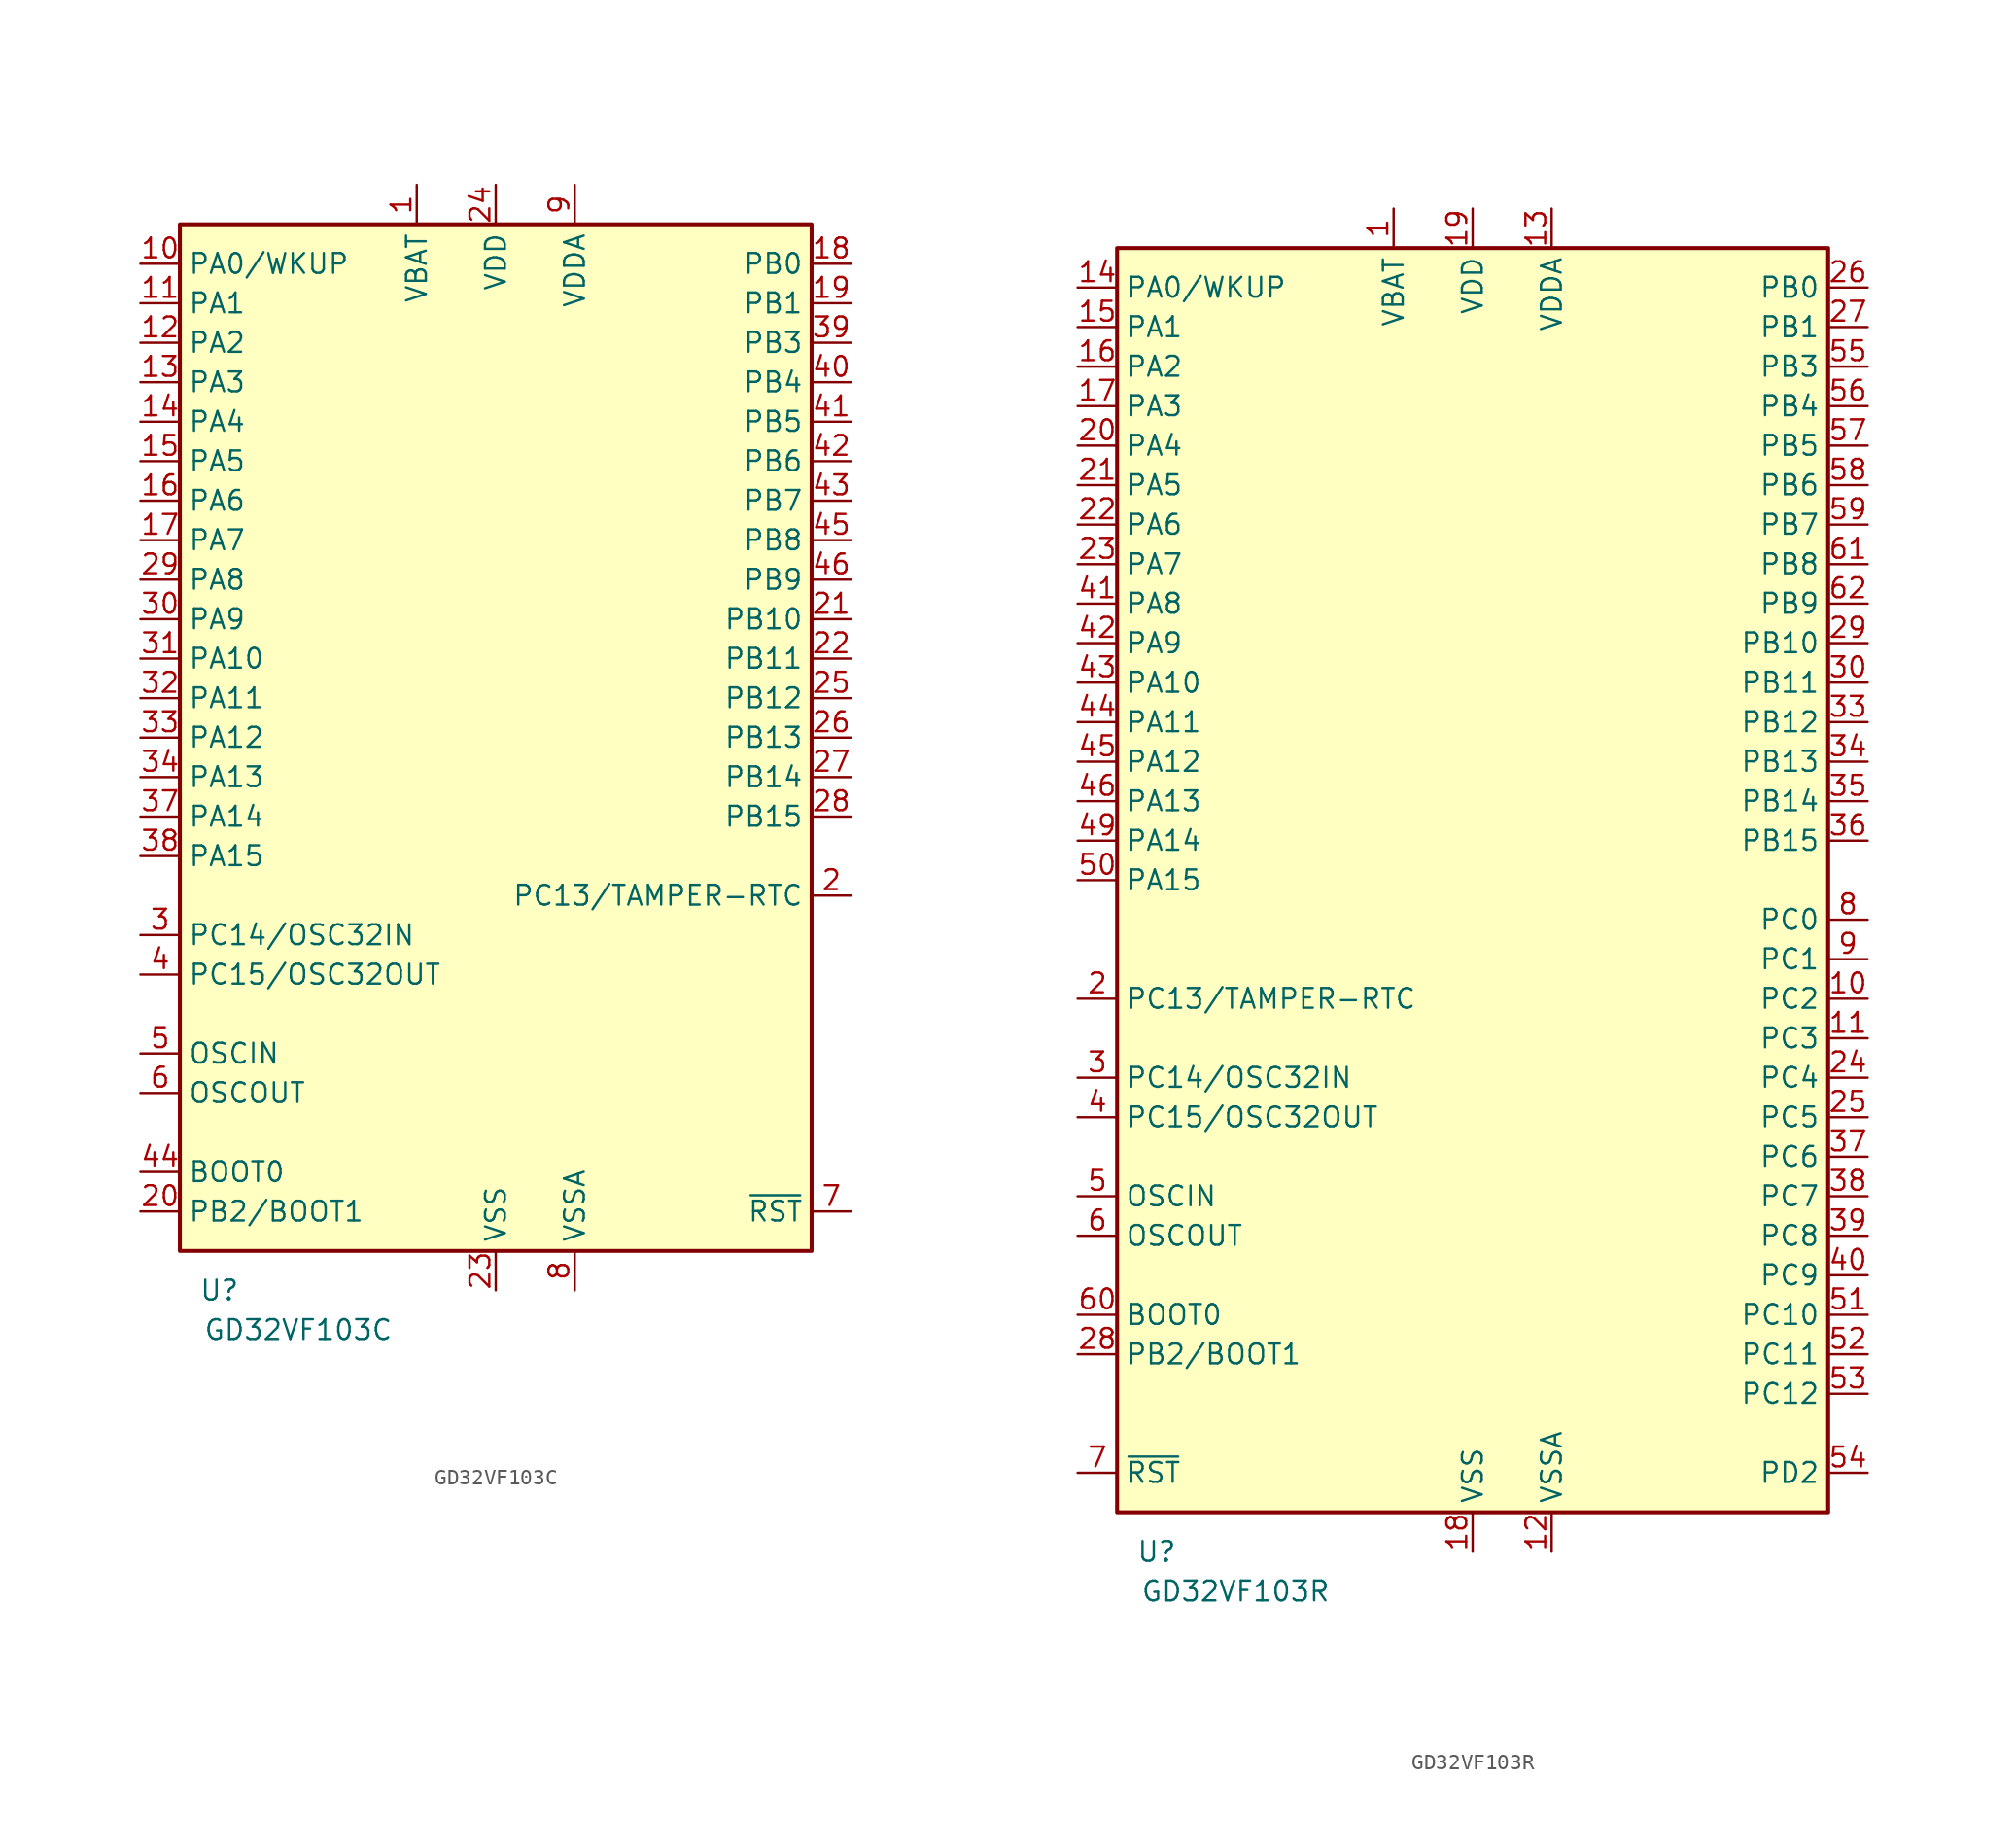
<source format=kicad_sym>
(kicad_symbol_lib
  (version 20211014)
  (generator kicad_symbol_editor)
  (symbol "GD32VF103C"
    (property "Reference" "U"
      (at -17.78 -35.56 0)
      (effects (font (size 1.27 1.27))))
    (property "Value" "GD32VF103C"
      (at -12.7 -38.1 0)
      (effects (font (size 1.27 1.27))))
    (symbol "GD32VF103C_0_1"
      (rectangle (start -20.32 33.02) (end 20.32 -33.02) (stroke (width 0.254) (type default) (color 0 0 0 0)) (fill (type background))))
    (symbol "GD32VF103C_1_1"
      (pin power_in line (at -5.08 35.56 270) (length 2.54) (name "VBAT" (effects (font (size 1.27 1.27)))) (number "1" (effects (font (size 1.27 1.27)))))
      (pin bidirectional line (at -22.86 30.48 0) (length 2.54) (name "PA0/WKUP" (effects (font (size 1.27 1.27)))) (number "10" (effects (font (size 1.27 1.27)))))
      (pin bidirectional line (at -22.86 27.94 0) (length 2.54) (name "PA1" (effects (font (size 1.27 1.27)))) (number "11" (effects (font (size 1.27 1.27)))))
      (pin bidirectional line (at -22.86 25.4 0) (length 2.54) (name "PA2" (effects (font (size 1.27 1.27)))) (number "12" (effects (font (size 1.27 1.27)))))
      (pin bidirectional line (at -22.86 22.86 0) (length 2.54) (name "PA3" (effects (font (size 1.27 1.27)))) (number "13" (effects (font (size 1.27 1.27)))))
      (pin bidirectional line (at -22.86 20.32 0) (length 2.54) (name "PA4" (effects (font (size 1.27 1.27)))) (number "14" (effects (font (size 1.27 1.27)))))
      (pin bidirectional line (at -22.86 17.78 0) (length 2.54) (name "PA5" (effects (font (size 1.27 1.27)))) (number "15" (effects (font (size 1.27 1.27)))))
      (pin bidirectional line (at -22.86 15.24 0) (length 2.54) (name "PA6" (effects (font (size 1.27 1.27)))) (number "16" (effects (font (size 1.27 1.27)))))
      (pin bidirectional line (at -22.86 12.7 0) (length 2.54) (name "PA7" (effects (font (size 1.27 1.27)))) (number "17" (effects (font (size 1.27 1.27)))))
      (pin bidirectional line (at 22.86 30.48 180) (length 2.54) (name "PB0" (effects (font (size 1.27 1.27)))) (number "18" (effects (font (size 1.27 1.27)))))
      (pin bidirectional line (at 22.86 27.94 180) (length 2.54) (name "PB1" (effects (font (size 1.27 1.27)))) (number "19" (effects (font (size 1.27 1.27)))))
      (pin bidirectional line (at 22.86 -10.16 180) (length 2.54) (name "PC13/TAMPER-RTC" (effects (font (size 1.27 1.27)))) (number "2" (effects (font (size 1.27 1.27)))))
      (pin bidirectional line (at -22.86 -30.48 0) (length 2.54) (name "PB2/BOOT1" (effects (font (size 1.27 1.27)))) (number "20" (effects (font (size 1.27 1.27)))))
      (pin bidirectional line (at 22.86 7.62 180) (length 2.54) (name "PB10" (effects (font (size 1.27 1.27)))) (number "21" (effects (font (size 1.27 1.27)))))
      (pin bidirectional line (at 22.86 5.08 180) (length 2.54) (name "PB11" (effects (font (size 1.27 1.27)))) (number "22" (effects (font (size 1.27 1.27)))))
      (pin power_in line (at 0 -35.56 90) (length 2.54) (name "VSS" (effects (font (size 1.27 1.27)))) (number "23" (effects (font (size 1.27 1.27)))))
      (pin power_in line (at 0 35.56 270) (length 2.54) (name "VDD" (effects (font (size 1.27 1.27)))) (number "24" (effects (font (size 1.27 1.27)))))
      (pin bidirectional line (at 22.86 2.54 180) (length 2.54) (name "PB12" (effects (font (size 1.27 1.27)))) (number "25" (effects (font (size 1.27 1.27)))))
      (pin bidirectional line (at 22.86 0 180) (length 2.54) (name "PB13" (effects (font (size 1.27 1.27)))) (number "26" (effects (font (size 1.27 1.27)))))
      (pin bidirectional line (at 22.86 -2.54 180) (length 2.54) (name "PB14" (effects (font (size 1.27 1.27)))) (number "27" (effects (font (size 1.27 1.27)))))
      (pin bidirectional line (at 22.86 -5.08 180) (length 2.54) (name "PB15" (effects (font (size 1.27 1.27)))) (number "28" (effects (font (size 1.27 1.27)))))
      (pin bidirectional line (at -22.86 10.16 0) (length 2.54) (name "PA8" (effects (font (size 1.27 1.27)))) (number "29" (effects (font (size 1.27 1.27)))))
      (pin bidirectional line (at -22.86 -12.7 0) (length 2.54) (name "PC14/OSC32IN" (effects (font (size 1.27 1.27)))) (number "3" (effects (font (size 1.27 1.27)))))
      (pin bidirectional line (at -22.86 7.62 0) (length 2.54) (name "PA9" (effects (font (size 1.27 1.27)))) (number "30" (effects (font (size 1.27 1.27)))))
      (pin bidirectional line (at -22.86 5.08 0) (length 2.54) (name "PA10" (effects (font (size 1.27 1.27)))) (number "31" (effects (font (size 1.27 1.27)))))
      (pin bidirectional line (at -22.86 2.54 0) (length 2.54) (name "PA11" (effects (font (size 1.27 1.27)))) (number "32" (effects (font (size 1.27 1.27)))))
      (pin bidirectional line (at -22.86 0 0) (length 2.54) (name "PA12" (effects (font (size 1.27 1.27)))) (number "33" (effects (font (size 1.27 1.27)))))
      (pin bidirectional line (at -22.86 -2.54 0) (length 2.54) (name "PA13" (effects (font (size 1.27 1.27)))) (number "34" (effects (font (size 1.27 1.27)))))
      (pin passive line (at 0 -35.56 90) (length 2.54) hide (name "VSS" (effects (font (size 1.27 1.27)))) (number "35" (effects (font (size 1.27 1.27)))))
      (pin passive line (at 0 35.56 270) (length 2.54) hide (name "VDD" (effects (font (size 1.27 1.27)))) (number "36" (effects (font (size 1.27 1.27)))))
      (pin bidirectional line (at -22.86 -5.08 0) (length 2.54) (name "PA14" (effects (font (size 1.27 1.27)))) (number "37" (effects (font (size 1.27 1.27)))))
      (pin bidirectional line (at -22.86 -7.62 0) (length 2.54) (name "PA15" (effects (font (size 1.27 1.27)))) (number "38" (effects (font (size 1.27 1.27)))))
      (pin bidirectional line (at 22.86 25.4 180) (length 2.54) (name "PB3" (effects (font (size 1.27 1.27)))) (number "39" (effects (font (size 1.27 1.27)))))
      (pin bidirectional line (at -22.86 -15.24 0) (length 2.54) (name "PC15/OSC32OUT" (effects (font (size 1.27 1.27)))) (number "4" (effects (font (size 1.27 1.27)))))
      (pin bidirectional line (at 22.86 22.86 180) (length 2.54) (name "PB4" (effects (font (size 1.27 1.27)))) (number "40" (effects (font (size 1.27 1.27)))))
      (pin bidirectional line (at 22.86 20.32 180) (length 2.54) (name "PB5" (effects (font (size 1.27 1.27)))) (number "41" (effects (font (size 1.27 1.27)))))
      (pin bidirectional line (at 22.86 17.78 180) (length 2.54) (name "PB6" (effects (font (size 1.27 1.27)))) (number "42" (effects (font (size 1.27 1.27)))))
      (pin bidirectional line (at 22.86 15.24 180) (length 2.54) (name "PB7" (effects (font (size 1.27 1.27)))) (number "43" (effects (font (size 1.27 1.27)))))
      (pin input line (at -22.86 -27.94 0) (length 2.54) (name "BOOT0" (effects (font (size 1.27 1.27)))) (number "44" (effects (font (size 1.27 1.27)))))
      (pin bidirectional line (at 22.86 12.7 180) (length 2.54) (name "PB8" (effects (font (size 1.27 1.27)))) (number "45" (effects (font (size 1.27 1.27)))))
      (pin bidirectional line (at 22.86 10.16 180) (length 2.54) (name "PB9" (effects (font (size 1.27 1.27)))) (number "46" (effects (font (size 1.27 1.27)))))
      (pin passive line (at 0 -35.56 90) (length 2.54) hide (name "VSS" (effects (font (size 1.27 1.27)))) (number "47" (effects (font (size 1.27 1.27)))))
      (pin passive line (at 0 35.56 270) (length 2.54) hide (name "VDD" (effects (font (size 1.27 1.27)))) (number "48" (effects (font (size 1.27 1.27)))))
      (pin input line (at -22.86 -20.32 0) (length 2.54) (name "OSCIN" (effects (font (size 1.27 1.27)))) (number "5" (effects (font (size 1.27 1.27)))))
      (pin output line (at -22.86 -22.86 0) (length 2.54) (name "OSCOUT" (effects (font (size 1.27 1.27)))) (number "6" (effects (font (size 1.27 1.27)))))
      (pin input line (at 22.86 -30.48 180) (length 2.54) (name "~{RST}" (effects (font (size 1.27 1.27)))) (number "7" (effects (font (size 1.27 1.27)))))
      (pin power_in line (at 5.08 -35.56 90) (length 2.54) (name "VSSA" (effects (font (size 1.27 1.27)))) (number "8" (effects (font (size 1.27 1.27)))))
      (pin power_in line (at 5.08 35.56 270) (length 2.54) (name "VDDA" (effects (font (size 1.27 1.27)))) (number "9" (effects (font (size 1.27 1.27)))))))
  (symbol "GD32VF103R"
    (property "Reference" "U"
      (at -20.32 -43.18 0)
      (effects (font (size 1.27 1.27))))
    (property "Value" "GD32VF103R"
      (at -15.24 -45.72 0)
      (effects (font (size 1.27 1.27))))
    (symbol "GD32VF103R_0_1"
      (rectangle (start -22.86 40.64) (end 22.86 -40.64) (stroke (width 0.254) (type default) (color 0 0 0 0)) (fill (type background))))
    (symbol "GD32VF103R_1_1"
      (pin power_in line (at -5.08 43.18 270) (length 2.54) (name "VBAT" (effects (font (size 1.27 1.27)))) (number "1" (effects (font (size 1.27 1.27)))))
      (pin bidirectional line (at 25.4 -7.62 180) (length 2.54) (name "PC2" (effects (font (size 1.27 1.27)))) (number "10" (effects (font (size 1.27 1.27)))))
      (pin bidirectional line (at 25.4 -10.16 180) (length 2.54) (name "PC3" (effects (font (size 1.27 1.27)))) (number "11" (effects (font (size 1.27 1.27)))))
      (pin power_in line (at 5.08 -43.18 90) (length 2.54) (name "VSSA" (effects (font (size 1.27 1.27)))) (number "12" (effects (font (size 1.27 1.27)))))
      (pin power_in line (at 5.08 43.18 270) (length 2.54) (name "VDDA" (effects (font (size 1.27 1.27)))) (number "13" (effects (font (size 1.27 1.27)))))
      (pin bidirectional line (at -25.4 38.1 0) (length 2.54) (name "PA0/WKUP" (effects (font (size 1.27 1.27)))) (number "14" (effects (font (size 1.27 1.27)))))
      (pin bidirectional line (at -25.4 35.56 0) (length 2.54) (name "PA1" (effects (font (size 1.27 1.27)))) (number "15" (effects (font (size 1.27 1.27)))))
      (pin bidirectional line (at -25.4 33.02 0) (length 2.54) (name "PA2" (effects (font (size 1.27 1.27)))) (number "16" (effects (font (size 1.27 1.27)))))
      (pin bidirectional line (at -25.4 30.48 0) (length 2.54) (name "PA3" (effects (font (size 1.27 1.27)))) (number "17" (effects (font (size 1.27 1.27)))))
      (pin power_in line (at 0 -43.18 90) (length 2.54) (name "VSS" (effects (font (size 1.27 1.27)))) (number "18" (effects (font (size 1.27 1.27)))))
      (pin power_in line (at 0 43.18 270) (length 2.54) (name "VDD" (effects (font (size 1.27 1.27)))) (number "19" (effects (font (size 1.27 1.27)))))
      (pin bidirectional line (at -25.4 -7.62 0) (length 2.54) (name "PC13/TAMPER-RTC" (effects (font (size 1.27 1.27)))) (number "2" (effects (font (size 1.27 1.27)))))
      (pin bidirectional line (at -25.4 27.94 0) (length 2.54) (name "PA4" (effects (font (size 1.27 1.27)))) (number "20" (effects (font (size 1.27 1.27)))))
      (pin bidirectional line (at -25.4 25.4 0) (length 2.54) (name "PA5" (effects (font (size 1.27 1.27)))) (number "21" (effects (font (size 1.27 1.27)))))
      (pin bidirectional line (at -25.4 22.86 0) (length 2.54) (name "PA6" (effects (font (size 1.27 1.27)))) (number "22" (effects (font (size 1.27 1.27)))))
      (pin bidirectional line (at -25.4 20.32 0) (length 2.54) (name "PA7" (effects (font (size 1.27 1.27)))) (number "23" (effects (font (size 1.27 1.27)))))
      (pin bidirectional line (at 25.4 -12.7 180) (length 2.54) (name "PC4" (effects (font (size 1.27 1.27)))) (number "24" (effects (font (size 1.27 1.27)))))
      (pin bidirectional line (at 25.4 -15.24 180) (length 2.54) (name "PC5" (effects (font (size 1.27 1.27)))) (number "25" (effects (font (size 1.27 1.27)))))
      (pin bidirectional line (at 25.4 38.1 180) (length 2.54) (name "PB0" (effects (font (size 1.27 1.27)))) (number "26" (effects (font (size 1.27 1.27)))))
      (pin bidirectional line (at 25.4 35.56 180) (length 2.54) (name "PB1" (effects (font (size 1.27 1.27)))) (number "27" (effects (font (size 1.27 1.27)))))
      (pin bidirectional line (at -25.4 -30.48 0) (length 2.54) (name "PB2/BOOT1" (effects (font (size 1.27 1.27)))) (number "28" (effects (font (size 1.27 1.27)))))
      (pin bidirectional line (at 25.4 15.24 180) (length 2.54) (name "PB10" (effects (font (size 1.27 1.27)))) (number "29" (effects (font (size 1.27 1.27)))))
      (pin bidirectional line (at -25.4 -12.7 0) (length 2.54) (name "PC14/OSC32IN" (effects (font (size 1.27 1.27)))) (number "3" (effects (font (size 1.27 1.27)))))
      (pin bidirectional line (at 25.4 12.7 180) (length 2.54) (name "PB11" (effects (font (size 1.27 1.27)))) (number "30" (effects (font (size 1.27 1.27)))))
      (pin passive line (at 0 -43.18 90) (length 2.54) hide (name "VSS" (effects (font (size 1.27 1.27)))) (number "31" (effects (font (size 1.27 1.27)))))
      (pin passive line (at 0 43.18 270) (length 2.54) hide (name "VDD" (effects (font (size 1.27 1.27)))) (number "32" (effects (font (size 1.27 1.27)))))
      (pin bidirectional line (at 25.4 10.16 180) (length 2.54) (name "PB12" (effects (font (size 1.27 1.27)))) (number "33" (effects (font (size 1.27 1.27)))))
      (pin bidirectional line (at 25.4 7.62 180) (length 2.54) (name "PB13" (effects (font (size 1.27 1.27)))) (number "34" (effects (font (size 1.27 1.27)))))
      (pin bidirectional line (at 25.4 5.08 180) (length 2.54) (name "PB14" (effects (font (size 1.27 1.27)))) (number "35" (effects (font (size 1.27 1.27)))))
      (pin bidirectional line (at 25.4 2.54 180) (length 2.54) (name "PB15" (effects (font (size 1.27 1.27)))) (number "36" (effects (font (size 1.27 1.27)))))
      (pin bidirectional line (at 25.4 -17.78 180) (length 2.54) (name "PC6" (effects (font (size 1.27 1.27)))) (number "37" (effects (font (size 1.27 1.27)))))
      (pin bidirectional line (at 25.4 -20.32 180) (length 2.54) (name "PC7" (effects (font (size 1.27 1.27)))) (number "38" (effects (font (size 1.27 1.27)))))
      (pin bidirectional line (at 25.4 -22.86 180) (length 2.54) (name "PC8" (effects (font (size 1.27 1.27)))) (number "39" (effects (font (size 1.27 1.27)))))
      (pin bidirectional line (at -25.4 -15.24 0) (length 2.54) (name "PC15/OSC32OUT" (effects (font (size 1.27 1.27)))) (number "4" (effects (font (size 1.27 1.27)))))
      (pin bidirectional line (at 25.4 -25.4 180) (length 2.54) (name "PC9" (effects (font (size 1.27 1.27)))) (number "40" (effects (font (size 1.27 1.27)))))
      (pin bidirectional line (at -25.4 17.78 0) (length 2.54) (name "PA8" (effects (font (size 1.27 1.27)))) (number "41" (effects (font (size 1.27 1.27)))))
      (pin bidirectional line (at -25.4 15.24 0) (length 2.54) (name "PA9" (effects (font (size 1.27 1.27)))) (number "42" (effects (font (size 1.27 1.27)))))
      (pin bidirectional line (at -25.4 12.7 0) (length 2.54) (name "PA10" (effects (font (size 1.27 1.27)))) (number "43" (effects (font (size 1.27 1.27)))))
      (pin bidirectional line (at -25.4 10.16 0) (length 2.54) (name "PA11" (effects (font (size 1.27 1.27)))) (number "44" (effects (font (size 1.27 1.27)))))
      (pin bidirectional line (at -25.4 7.62 0) (length 2.54) (name "PA12" (effects (font (size 1.27 1.27)))) (number "45" (effects (font (size 1.27 1.27)))))
      (pin bidirectional line (at -25.4 5.08 0) (length 2.54) (name "PA13" (effects (font (size 1.27 1.27)))) (number "46" (effects (font (size 1.27 1.27)))))
      (pin passive line (at 0 -43.18 90) (length 2.54) hide (name "VSS" (effects (font (size 1.27 1.27)))) (number "47" (effects (font (size 1.27 1.27)))))
      (pin passive line (at 0 43.18 270) (length 2.54) hide (name "VDD" (effects (font (size 1.27 1.27)))) (number "48" (effects (font (size 1.27 1.27)))))
      (pin bidirectional line (at -25.4 2.54 0) (length 2.54) (name "PA14" (effects (font (size 1.27 1.27)))) (number "49" (effects (font (size 1.27 1.27)))))
      (pin input line (at -25.4 -20.32 0) (length 2.54) (name "OSCIN" (effects (font (size 1.27 1.27)))) (number "5" (effects (font (size 1.27 1.27)))))
      (pin bidirectional line (at -25.4 0 0) (length 2.54) (name "PA15" (effects (font (size 1.27 1.27)))) (number "50" (effects (font (size 1.27 1.27)))))
      (pin bidirectional line (at 25.4 -27.94 180) (length 2.54) (name "PC10" (effects (font (size 1.27 1.27)))) (number "51" (effects (font (size 1.27 1.27)))))
      (pin bidirectional line (at 25.4 -30.48 180) (length 2.54) (name "PC11" (effects (font (size 1.27 1.27)))) (number "52" (effects (font (size 1.27 1.27)))))
      (pin bidirectional line (at 25.4 -33.02 180) (length 2.54) (name "PC12" (effects (font (size 1.27 1.27)))) (number "53" (effects (font (size 1.27 1.27)))))
      (pin bidirectional line (at 25.4 -38.1 180) (length 2.54) (name "PD2" (effects (font (size 1.27 1.27)))) (number "54" (effects (font (size 1.27 1.27)))))
      (pin bidirectional line (at 25.4 33.02 180) (length 2.54) (name "PB3" (effects (font (size 1.27 1.27)))) (number "55" (effects (font (size 1.27 1.27)))))
      (pin bidirectional line (at 25.4 30.48 180) (length 2.54) (name "PB4" (effects (font (size 1.27 1.27)))) (number "56" (effects (font (size 1.27 1.27)))))
      (pin bidirectional line (at 25.4 27.94 180) (length 2.54) (name "PB5" (effects (font (size 1.27 1.27)))) (number "57" (effects (font (size 1.27 1.27)))))
      (pin bidirectional line (at 25.4 25.4 180) (length 2.54) (name "PB6" (effects (font (size 1.27 1.27)))) (number "58" (effects (font (size 1.27 1.27)))))
      (pin bidirectional line (at 25.4 22.86 180) (length 2.54) (name "PB7" (effects (font (size 1.27 1.27)))) (number "59" (effects (font (size 1.27 1.27)))))
      (pin output line (at -25.4 -22.86 0) (length 2.54) (name "OSCOUT" (effects (font (size 1.27 1.27)))) (number "6" (effects (font (size 1.27 1.27)))))
      (pin input line (at -25.4 -27.94 0) (length 2.54) (name "BOOT0" (effects (font (size 1.27 1.27)))) (number "60" (effects (font (size 1.27 1.27)))))
      (pin bidirectional line (at 25.4 20.32 180) (length 2.54) (name "PB8" (effects (font (size 1.27 1.27)))) (number "61" (effects (font (size 1.27 1.27)))))
      (pin bidirectional line (at 25.4 17.78 180) (length 2.54) (name "PB9" (effects (font (size 1.27 1.27)))) (number "62" (effects (font (size 1.27 1.27)))))
      (pin passive line (at 0 -43.18 90) (length 2.54) hide (name "VSS" (effects (font (size 1.27 1.27)))) (number "63" (effects (font (size 1.27 1.27)))))
      (pin passive line (at 0 43.18 270) (length 2.54) hide (name "VDD" (effects (font (size 1.27 1.27)))) (number "64" (effects (font (size 1.27 1.27)))))
      (pin input line (at -25.4 -38.1 0) (length 2.54) (name "~{RST}" (effects (font (size 1.27 1.27)))) (number "7" (effects (font (size 1.27 1.27)))))
      (pin bidirectional line (at 25.4 -2.54 180) (length 2.54) (name "PC0" (effects (font (size 1.27 1.27)))) (number "8" (effects (font (size 1.27 1.27)))))
      (pin bidirectional line (at 25.4 -5.08 180) (length 2.54) (name "PC1" (effects (font (size 1.27 1.27)))) (number "9" (effects (font (size 1.27 1.27))))))))
</source>
